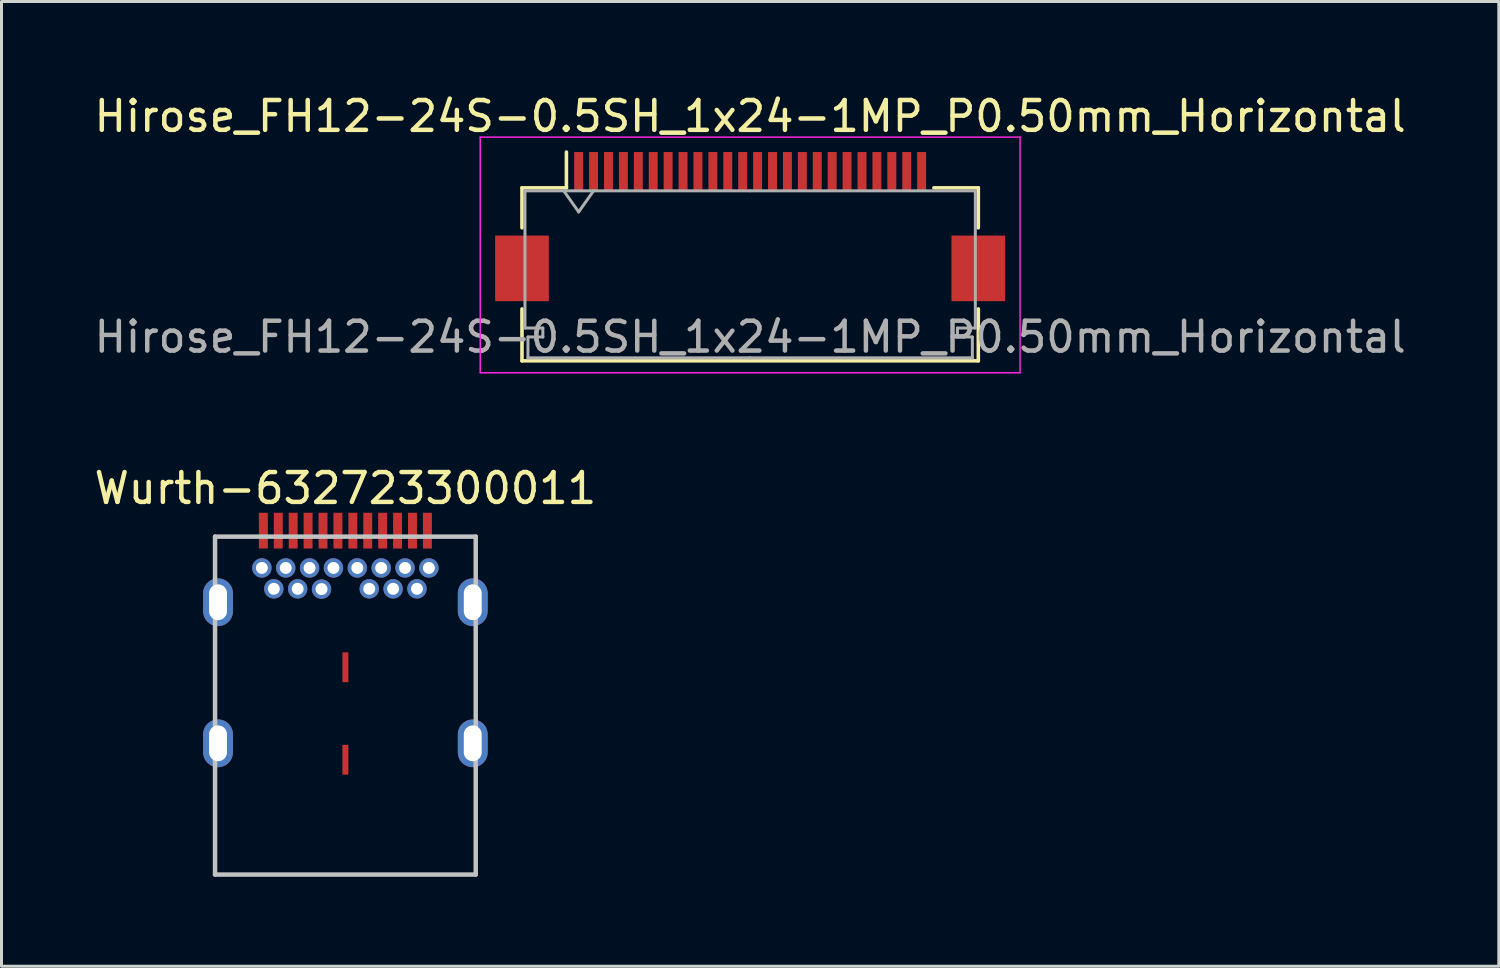
<source format=kicad_pcb>
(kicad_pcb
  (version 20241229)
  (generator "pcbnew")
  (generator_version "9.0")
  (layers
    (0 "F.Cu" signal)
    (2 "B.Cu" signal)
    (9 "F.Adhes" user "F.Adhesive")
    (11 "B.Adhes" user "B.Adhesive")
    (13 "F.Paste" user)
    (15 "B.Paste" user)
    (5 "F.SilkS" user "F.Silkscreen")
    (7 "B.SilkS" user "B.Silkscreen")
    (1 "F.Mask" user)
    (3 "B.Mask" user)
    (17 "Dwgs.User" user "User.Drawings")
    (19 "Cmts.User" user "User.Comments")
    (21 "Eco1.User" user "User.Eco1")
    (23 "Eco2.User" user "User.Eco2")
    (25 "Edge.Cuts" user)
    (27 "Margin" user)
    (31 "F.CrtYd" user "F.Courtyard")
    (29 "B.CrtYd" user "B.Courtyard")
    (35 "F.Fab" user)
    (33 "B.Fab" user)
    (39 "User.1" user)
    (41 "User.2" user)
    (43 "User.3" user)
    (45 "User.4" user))
  (footprint "Wurth-632723300011"
    (layer "F.Cu")
    (at 8.53 25.322)
    (property "Reference" "Wurth-632723300011" (at 0 -12 0) (layer "F.SilkS") (effects (font (size 1 1) (thickness 0.15))))
    (attr smd)
    (fp_line (start -4.37 -10.38) (end 4.37 -10.38) (stroke (width 0.15) (type solid)) (layer "Dwgs.User"))
    (fp_line (start -4.37 0.95) (end -4.37 -10.38) (stroke (width 0.15) (type solid)) (layer "Dwgs.User"))
    (fp_line (start -4.37 0.95) (end 4.37 0.95) (stroke (width 0.15) (type solid)) (layer "Dwgs.User"))
    (fp_line (start 4.37 0.95) (end 4.37 -10.38) (stroke (width 0.15) (type solid)) (layer "Dwgs.User"))
    (pad "1" smd rect (at -2.75 -10.58) (size 0.3 1.2) (layers "F.Cu" "F.Mask" "F.Paste"))
    (pad "2" smd rect (at -2.25 -10.58) (size 0.3 1.2) (layers "F.Cu" "F.Mask" "F.Paste"))
    (pad "3" smd rect (at -1.75 -10.58) (size 0.3 1.2) (layers "F.Cu" "F.Mask" "F.Paste"))
    (pad "4" smd rect (at -1.25 -10.58) (size 0.3 1.2) (layers "F.Cu" "F.Mask" "F.Paste"))
    (pad "5" smd rect (at -0.75 -10.58) (size 0.3 1.2) (layers "F.Cu" "F.Mask" "F.Paste"))
    (pad "6" smd rect (at -0.25 -10.58) (size 0.3 1.2) (layers "F.Cu" "F.Mask" "F.Paste"))
    (pad "7" smd rect (at 0.25 -10.58) (size 0.3 1.2) (layers "F.Cu" "F.Mask" "F.Paste"))
    (pad "8" smd rect (at 0.75 -10.58) (size 0.3 1.2) (layers "F.Cu" "F.Mask" "F.Paste"))
    (pad "9" smd rect (at 1.25 -10.58) (size 0.3 1.2) (layers "F.Cu" "F.Mask" "F.Paste"))
    (pad "10" smd rect (at 1.75 -10.58) (size 0.3 1.2) (layers "F.Cu" "F.Mask" "F.Paste"))
    (pad "11" smd rect (at 2.25 -10.58) (size 0.3 1.2) (layers "F.Cu" "F.Mask" "F.Paste"))
    (pad "12" smd rect (at 2.75 -10.58) (size 0.3 1.2) (layers "F.Cu" "F.Mask" "F.Paste"))
    (pad "13" thru_hole circle (at 2.8 -9.33) (size 0.65 0.65) (drill 0.4) (layers "*.Cu" "B.Mask"))
    (pad "14" thru_hole circle (at 2.4 -8.63) (size 0.65 0.65) (drill 0.4) (layers "*.Cu" "B.Mask"))
    (pad "15" thru_hole circle (at 1.6 -8.63) (size 0.65 0.65) (drill 0.4) (layers "*.Cu" "B.Mask"))
    (pad "16" thru_hole circle (at 1.2 -9.33) (size 0.65 0.65) (drill 0.4) (layers "*.Cu" "B.Mask"))
    (pad "17" thru_hole circle (at 0.8 -8.63) (size 0.65 0.65) (drill 0.4) (layers "*.Cu" "B.Mask"))
    (pad "18" thru_hole circle (at 0.4 -9.33) (size 0.65 0.65) (drill 0.4) (layers "*.Cu" "B.Mask"))
    (pad "19" thru_hole circle (at -0.4 -9.33) (size 0.65 0.65) (drill 0.4) (layers "*.Cu" "B.Mask"))
    (pad "20" thru_hole circle (at -0.8 -8.62) (size 0.65 0.65) (drill 0.4) (layers "*.Cu" "B.Mask"))
    (pad "21" thru_hole circle (at -1.2 -9.33) (size 0.65 0.65) (drill 0.4) (layers "*.Cu" "B.Mask"))
    (pad "22" thru_hole circle (at -1.6 -8.63) (size 0.65 0.65) (drill 0.4) (layers "*.Cu" "B.Mask"))
    (pad "23" thru_hole circle (at -2.4 -8.63) (size 0.65 0.65) (drill 0.4) (layers "*.Cu" "B.Mask"))
    (pad "24" thru_hole circle (at -2.8 -9.33) (size 0.65 0.65) (drill 0.4) (layers "*.Cu" "B.Mask"))
    (pad "25" thru_hole circle (at -2 -9.33) (size 0.65 0.65) (drill 0.4) (layers "*.Cu" "B.Mask"))
    (pad "25" thru_hole circle (at 2 -9.33) (size 0.65 0.65) (drill 0.4) (layers "*.Cu" "B.Mask"))
    (pad "26" thru_hole oval (at -4.27 -8.18) (size 1 1.6) (drill oval 0.6 1.2) (layers "*.Cu" "B.Mask"))
    (pad "26" thru_hole oval (at -4.27 -3.45) (size 1 1.6) (drill oval 0.6 1.2) (layers "*.Cu" "B.Mask"))
    (pad "26" thru_hole oval (at 4.27 -8.18) (size 1 1.6) (drill oval 0.6 1.2) (layers "*.Cu" "B.Mask"))
    (pad "26" thru_hole oval (at 4.27 -3.45) (size 1 1.6) (drill oval 0.6 1.2) (layers "*.Cu" "B.Mask"))
    (pad "27" smd rect (at 0 -6) (size 0.2 1) (layers "F.Cu" "F.Mask" "F.Paste"))
    (pad "27" smd rect (at 0 -2.9) (size 0.2 1) (layers "F.Cu" "F.Mask" "F.Paste")))
  (footprint "Hirose_FH12-24S-0.5SH_1x24-1MP_P0.50mm_Horizontal"
    (layer "F.Cu")
    (at 22.101 4.548)
    (property "Reference" "Hirose_FH12-24S-0.5SH_1x24-1MP_P0.50mm_Horizontal" (at 0 -3.7 0) (layer "F.SilkS") (effects (font (size 1 1) (thickness 0.15))))
    (attr smd)
    (fp_line (start -7.65 -1.3) (end -7.65 0.04) (stroke (width 0.12) (type solid)) (layer "F.SilkS"))
    (fp_line (start -7.65 2.76) (end -7.65 4.5) (stroke (width 0.12) (type solid)) (layer "F.SilkS"))
    (fp_line (start -7.65 4.5) (end 7.65 4.5) (stroke (width 0.12) (type solid)) (layer "F.SilkS"))
    (fp_line (start -6.16 -1.3) (end -7.65 -1.3) (stroke (width 0.12) (type solid)) (layer "F.SilkS"))
    (fp_line (start -6.16 -1.3) (end -6.16 -2.5) (stroke (width 0.12) (type solid)) (layer "F.SilkS"))
    (fp_line (start 6.16 -1.3) (end 7.65 -1.3) (stroke (width 0.12) (type solid)) (layer "F.SilkS"))
    (fp_line (start 7.65 -1.3) (end 7.65 0.04) (stroke (width 0.12) (type solid)) (layer "F.SilkS"))
    (fp_line (start 7.65 4.5) (end 7.65 2.76) (stroke (width 0.12) (type solid)) (layer "F.SilkS"))
    (fp_line (start -9.05 -3) (end -9.05 4.9) (stroke (width 0.05) (type solid)) (layer "F.CrtYd"))
    (fp_line (start -9.05 4.9) (end 9.05 4.9) (stroke (width 0.05) (type solid)) (layer "F.CrtYd"))
    (fp_line (start 9.05 -3) (end -9.05 -3) (stroke (width 0.05) (type solid)) (layer "F.CrtYd"))
    (fp_line (start 9.05 4.9) (end 9.05 -3) (stroke (width 0.05) (type solid)) (layer "F.CrtYd"))
    (fp_line (start -7.55 -1.2) (end -7.55 3.4) (stroke (width 0.1) (type solid)) (layer "F.Fab"))
    (fp_line (start -7.55 3.4) (end -6.95 3.4) (stroke (width 0.1) (type solid)) (layer "F.Fab"))
    (fp_line (start -7.45 3.7) (end -7.45 4.4) (stroke (width 0.1) (type solid)) (layer "F.Fab"))
    (fp_line (start -7.45 4.4) (end 0 4.4) (stroke (width 0.1) (type solid)) (layer "F.Fab"))
    (fp_line (start -6.95 3.4) (end -6.95 3.7) (stroke (width 0.1) (type solid)) (layer "F.Fab"))
    (fp_line (start -6.95 3.7) (end -7.45 3.7) (stroke (width 0.1) (type solid)) (layer "F.Fab"))
    (fp_line (start -6.25 -1.2) (end -5.75 -0.493) (stroke (width 0.1) (type solid)) (layer "F.Fab"))
    (fp_line (start -5.75 -0.493) (end -5.25 -1.2) (stroke (width 0.1) (type solid)) (layer "F.Fab"))
    (fp_line (start 0 -1.2) (end -7.55 -1.2) (stroke (width 0.1) (type solid)) (layer "F.Fab"))
    (fp_line (start 0 -1.2) (end 7.55 -1.2) (stroke (width 0.1) (type solid)) (layer "F.Fab"))
    (fp_line (start 6.95 3.4) (end 6.95 3.7) (stroke (width 0.1) (type solid)) (layer "F.Fab"))
    (fp_line (start 6.95 3.7) (end 7.45 3.7) (stroke (width 0.1) (type solid)) (layer "F.Fab"))
    (fp_line (start 7.45 3.7) (end 7.45 4.4) (stroke (width 0.1) (type solid)) (layer "F.Fab"))
    (fp_line (start 7.45 4.4) (end 0 4.4) (stroke (width 0.1) (type solid)) (layer "F.Fab"))
    (fp_line (start 7.55 -1.2) (end 7.55 3.4) (stroke (width 0.1) (type solid)) (layer "F.Fab"))
    (fp_line (start 7.55 3.4) (end 6.95 3.4) (stroke (width 0.1) (type solid)) (layer "F.Fab"))
    (fp_text user "${REFERENCE}" (at 0 3.7 0) (layer "F.Fab") (effects (font (size 1 1) (thickness 0.15))))
    (pad "1" smd rect (at -5.75 -1.85) (size 0.3 1.3) (layers "F.Cu" "F.Mask" "F.Paste"))
    (pad "2" smd rect (at -5.25 -1.85) (size 0.3 1.3) (layers "F.Cu" "F.Mask" "F.Paste"))
    (pad "3" smd rect (at -4.75 -1.85) (size 0.3 1.3) (layers "F.Cu" "F.Mask" "F.Paste"))
    (pad "4" smd rect (at -4.25 -1.85) (size 0.3 1.3) (layers "F.Cu" "F.Mask" "F.Paste"))
    (pad "5" smd rect (at -3.75 -1.85) (size 0.3 1.3) (layers "F.Cu" "F.Mask" "F.Paste"))
    (pad "6" smd rect (at -3.25 -1.85) (size 0.3 1.3) (layers "F.Cu" "F.Mask" "F.Paste"))
    (pad "7" smd rect (at -2.75 -1.85) (size 0.3 1.3) (layers "F.Cu" "F.Mask" "F.Paste"))
    (pad "8" smd rect (at -2.25 -1.85) (size 0.3 1.3) (layers "F.Cu" "F.Mask" "F.Paste"))
    (pad "9" smd rect (at -1.75 -1.85) (size 0.3 1.3) (layers "F.Cu" "F.Mask" "F.Paste"))
    (pad "10" smd rect (at -1.25 -1.85) (size 0.3 1.3) (layers "F.Cu" "F.Mask" "F.Paste"))
    (pad "11" smd rect (at -0.75 -1.85) (size 0.3 1.3) (layers "F.Cu" "F.Mask" "F.Paste"))
    (pad "12" smd rect (at -0.25 -1.85) (size 0.3 1.3) (layers "F.Cu" "F.Mask" "F.Paste"))
    (pad "13" smd rect (at 0.25 -1.85) (size 0.3 1.3) (layers "F.Cu" "F.Mask" "F.Paste"))
    (pad "14" smd rect (at 0.75 -1.85) (size 0.3 1.3) (layers "F.Cu" "F.Mask" "F.Paste"))
    (pad "15" smd rect (at 1.25 -1.85) (size 0.3 1.3) (layers "F.Cu" "F.Mask" "F.Paste"))
    (pad "16" smd rect (at 1.75 -1.85) (size 0.3 1.3) (layers "F.Cu" "F.Mask" "F.Paste"))
    (pad "17" smd rect (at 2.25 -1.85) (size 0.3 1.3) (layers "F.Cu" "F.Mask" "F.Paste"))
    (pad "18" smd rect (at 2.75 -1.85) (size 0.3 1.3) (layers "F.Cu" "F.Mask" "F.Paste"))
    (pad "19" smd rect (at 3.25 -1.85) (size 0.3 1.3) (layers "F.Cu" "F.Mask" "F.Paste"))
    (pad "20" smd rect (at 3.75 -1.85) (size 0.3 1.3) (layers "F.Cu" "F.Mask" "F.Paste"))
    (pad "21" smd rect (at 4.25 -1.85) (size 0.3 1.3) (layers "F.Cu" "F.Mask" "F.Paste"))
    (pad "22" smd rect (at 4.75 -1.85) (size 0.3 1.3) (layers "F.Cu" "F.Mask" "F.Paste"))
    (pad "23" smd rect (at 5.25 -1.85) (size 0.3 1.3) (layers "F.Cu" "F.Mask" "F.Paste"))
    (pad "24" smd rect (at 5.75 -1.85) (size 0.3 1.3) (layers "F.Cu" "F.Mask" "F.Paste"))
    (pad "MP" smd rect (at -7.65 1.4) (size 1.8 2.2) (layers "F.Cu" "F.Mask" "F.Paste"))
    (pad "MP" smd rect (at 7.65 1.4) (size 1.8 2.2) (layers "F.Cu" "F.Mask" "F.Paste")))
  (gr_rect
    (start -3 -3)
    (end 47.202 29.346)
    (stroke (width 0.1) (type default))
    (fill no)
    (layer "Edge.Cuts")))
</source>
